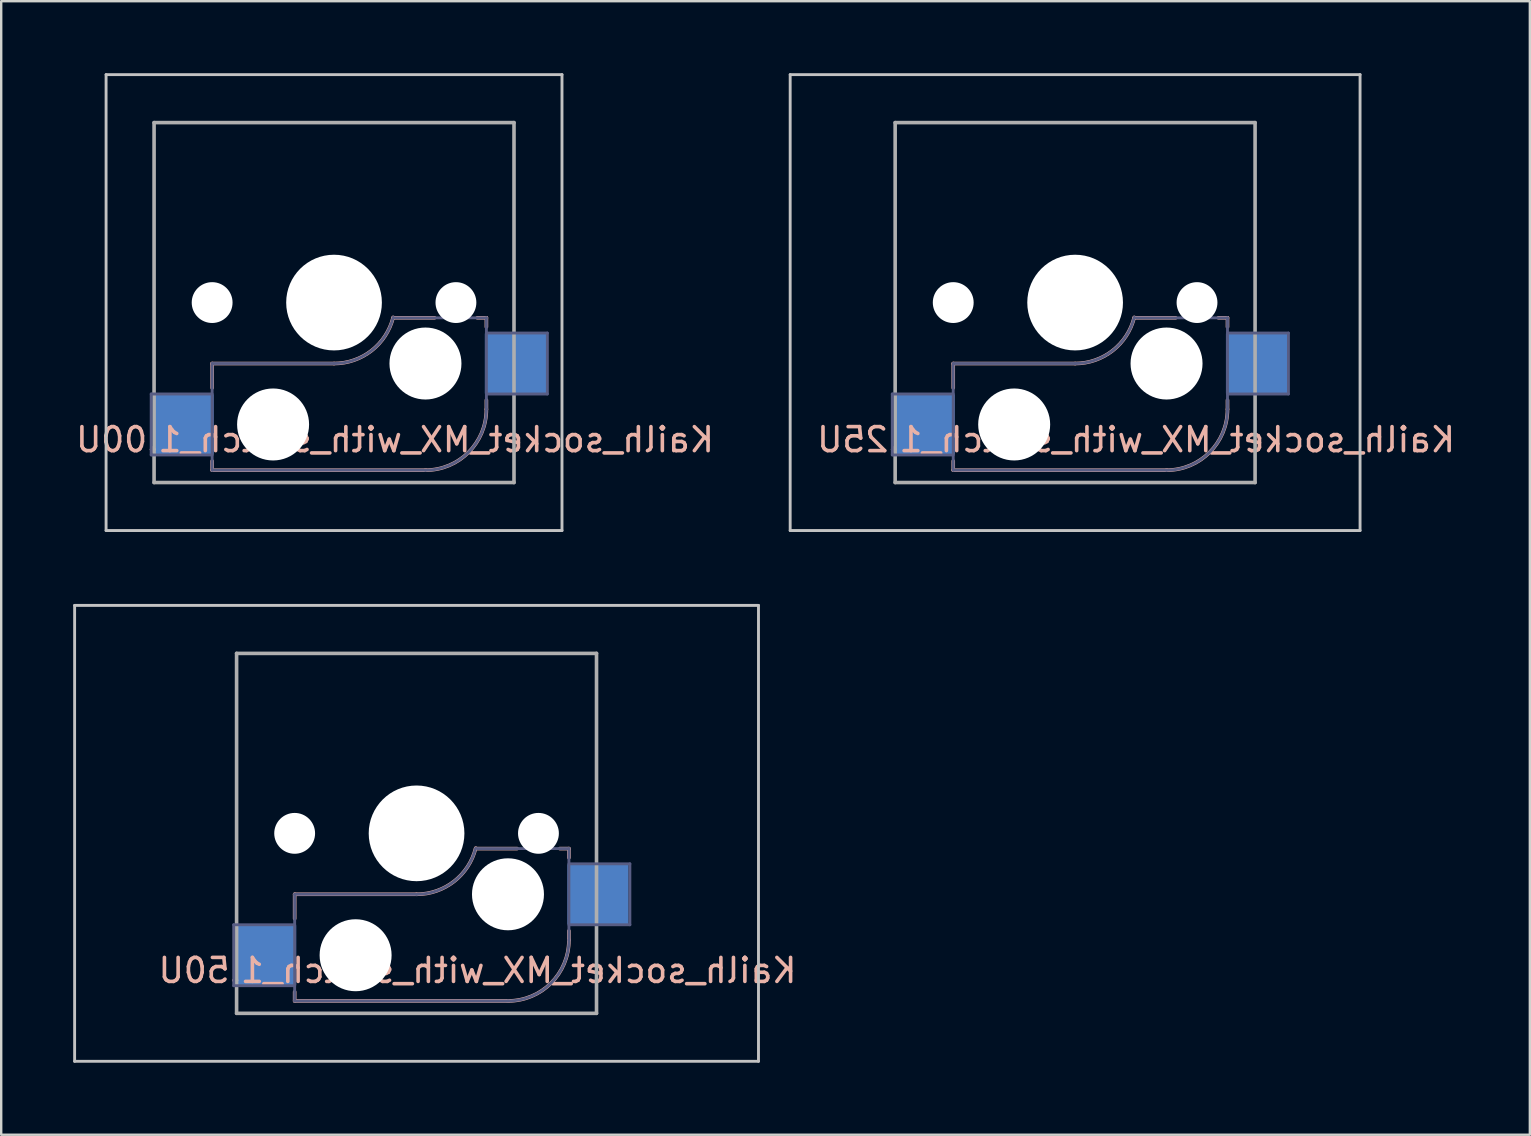
<source format=kicad_pcb>
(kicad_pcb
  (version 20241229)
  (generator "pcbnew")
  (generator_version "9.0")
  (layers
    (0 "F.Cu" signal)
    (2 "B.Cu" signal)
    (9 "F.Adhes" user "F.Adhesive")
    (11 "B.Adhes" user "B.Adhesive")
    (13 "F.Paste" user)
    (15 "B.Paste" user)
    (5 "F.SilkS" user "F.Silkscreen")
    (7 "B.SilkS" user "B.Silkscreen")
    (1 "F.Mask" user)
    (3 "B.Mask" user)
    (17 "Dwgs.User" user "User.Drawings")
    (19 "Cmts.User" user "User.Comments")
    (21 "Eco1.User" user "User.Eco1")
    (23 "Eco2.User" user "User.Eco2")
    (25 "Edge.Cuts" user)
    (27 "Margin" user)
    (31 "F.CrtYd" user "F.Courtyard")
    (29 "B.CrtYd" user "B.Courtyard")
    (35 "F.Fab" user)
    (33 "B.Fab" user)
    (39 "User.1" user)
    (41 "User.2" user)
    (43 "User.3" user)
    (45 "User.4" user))
  (footprint "Kailh_socket_MX_with_switch_1.50U"
    (layer "F.Cu")
    (at 14.31 31.68)
    (property "Reference" "Kailh_socket_MX_with_switch_1.50U" (at 2.54 5.715 180) (layer "B.SilkS") (effects (font (size 1 1) (thickness 0.15)) (justify mirror)))
    (attr smd)
    (fp_line (start -5.08 2.54) (end 0 2.54) (stroke (width 0.15) (type solid)) (layer "B.SilkS"))
    (fp_line (start -5.08 3.556) (end -5.08 2.54) (stroke (width 0.15) (type solid)) (layer "B.SilkS"))
    (fp_line (start -5.08 6.985) (end -5.08 6.604) (stroke (width 0.15) (type solid)) (layer "B.SilkS"))
    (fp_line (start 2.464 0.635) (end 4.191 0.635) (stroke (width 0.15) (type solid)) (layer "B.SilkS"))
    (fp_line (start 3.81 6.985) (end -5.08 6.985) (stroke (width 0.15) (type solid)) (layer "B.SilkS"))
    (fp_line (start 5.969 0.635) (end 6.35 0.635) (stroke (width 0.15) (type solid)) (layer "B.SilkS"))
    (fp_line (start 6.35 1.016) (end 6.35 0.635) (stroke (width 0.15) (type solid)) (layer "B.SilkS"))
    (fp_line (start 6.35 4.445) (end 6.35 4.064) (stroke (width 0.15) (type solid)) (layer "B.SilkS"))
    (fp_arc (start 2.464162 0.61604) (mid 1.563147 2.002042) (end 0 2.54) (stroke (width 0.15) (type solid)) (layer "B.SilkS"))
    (fp_arc (start 6.35 4.445) (mid 5.606051 6.241051) (end 3.81 6.985) (stroke (width 0.15) (type solid)) (layer "B.SilkS"))
    (fp_line (start -14.25 -9.5) (end -14.25 9.5) (stroke (width 0.12) (type solid)) (layer "Dwgs.User"))
    (fp_line (start -14.25 -9.5) (end 14.25 -9.5) (stroke (width 0.12) (type solid)) (layer "Dwgs.User"))
    (fp_line (start -14.25 9.5) (end 14.25 9.5) (stroke (width 0.12) (type solid)) (layer "Dwgs.User"))
    (fp_line (start 14.25 -9.5) (end 14.25 9.5) (stroke (width 0.12) (type solid)) (layer "Dwgs.User"))
    (fp_line (start -6.9 6.9) (end -6.9 -6.9) (stroke (width 0.15) (type solid)) (layer "Eco2.User"))
    (fp_line (start -6.9 6.9) (end 6.9 6.9) (stroke (width 0.15) (type solid)) (layer "Eco2.User"))
    (fp_line (start 6.9 -6.9) (end -6.9 -6.9) (stroke (width 0.15) (type solid)) (layer "Eco2.User"))
    (fp_line (start 6.9 -6.9) (end 6.9 6.9) (stroke (width 0.15) (type solid)) (layer "Eco2.User"))
    (fp_line (start -7.62 3.81) (end -5.08 3.81) (stroke (width 0.12) (type solid)) (layer "B.Fab"))
    (fp_line (start -7.62 6.35) (end -7.62 3.81) (stroke (width 0.12) (type solid)) (layer "B.Fab"))
    (fp_line (start -5.08 2.54) (end 0 2.54) (stroke (width 0.12) (type solid)) (layer "B.Fab"))
    (fp_line (start -5.08 6.35) (end -7.62 6.35) (stroke (width 0.12) (type solid)) (layer "B.Fab"))
    (fp_line (start -5.08 6.985) (end -5.08 2.54) (stroke (width 0.12) (type solid)) (layer "B.Fab"))
    (fp_line (start 3.81 6.985) (end -5.08 6.985) (stroke (width 0.12) (type solid)) (layer "B.Fab"))
    (fp_line (start 6.35 0.635) (end 2.54 0.635) (stroke (width 0.12) (type solid)) (layer "B.Fab"))
    (fp_line (start 6.35 0.635) (end 6.35 4.445) (stroke (width 0.12) (type solid)) (layer "B.Fab"))
    (fp_line (start 6.35 1.27) (end 8.89 1.27) (stroke (width 0.12) (type solid)) (layer "B.Fab"))
    (fp_line (start 8.89 1.27) (end 8.89 3.81) (stroke (width 0.12) (type solid)) (layer "B.Fab"))
    (fp_line (start 8.89 3.81) (end 6.35 3.81) (stroke (width 0.12) (type solid)) (layer "B.Fab"))
    (fp_arc (start 2.464162 0.61604) (mid 1.563147 2.002042) (end 0 2.54) (stroke (width 0.12) (type solid)) (layer "B.Fab"))
    (fp_arc (start 6.35 4.445) (mid 5.606051 6.241051) (end 3.81 6.985) (stroke (width 0.12) (type solid)) (layer "B.Fab"))
    (fp_line (start -7.5 -7.5) (end 7.5 -7.5) (stroke (width 0.15) (type solid)) (layer "F.Fab"))
    (fp_line (start -7.5 7.5) (end -7.5 -7.5) (stroke (width 0.15) (type solid)) (layer "F.Fab"))
    (fp_line (start 7.5 -7.5) (end 7.5 7.5) (stroke (width 0.15) (type solid)) (layer "F.Fab"))
    (fp_line (start 7.5 7.5) (end -7.5 7.5) (stroke (width 0.15) (type solid)) (layer "F.Fab"))
    (pad "" np_thru_hole circle (at -5.08 0 180) (size 1.702 1.702) (drill 1.702) (layers "*.Cu" "*.Mask"))
    (pad "" np_thru_hole circle (at -2.54 5.08 180) (size 3 3) (drill 3) (layers "*.Cu" "*.Mask"))
    (pad "" np_thru_hole circle (at 0 0 180) (size 3.988 3.988) (drill 3.988) (layers "*.Cu" "*.Mask"))
    (pad "" np_thru_hole circle (at 3.81 2.54 180) (size 3 3) (drill 3) (layers "*.Cu" "*.Mask"))
    (pad "" np_thru_hole circle (at 5.08 0 180) (size 1.702 1.702) (drill 1.702) (layers "*.Cu" "*.Mask"))
    (pad "1" smd rect (at -6.29 5.08 180) (size 2.55 2.5) (layers "B.Cu" "B.Mask" "B.Paste"))
    (pad "2" smd rect (at 7.56 2.54 180) (size 2.55 2.5) (layers "B.Cu" "B.Mask" "B.Paste")))
  (footprint "Kailh_socket_MX_with_switch_1.00U"
    (layer "F.Cu")
    (at 10.871 9.56)
    (property "Reference" "Kailh_socket_MX_with_switch_1.00U" (at 2.54 5.715 180) (layer "B.SilkS") (effects (font (size 1 1) (thickness 0.15)) (justify mirror)))
    (attr smd)
    (fp_line (start -5.08 2.54) (end 0 2.54) (stroke (width 0.15) (type solid)) (layer "B.SilkS"))
    (fp_line (start -5.08 3.556) (end -5.08 2.54) (stroke (width 0.15) (type solid)) (layer "B.SilkS"))
    (fp_line (start -5.08 6.985) (end -5.08 6.604) (stroke (width 0.15) (type solid)) (layer "B.SilkS"))
    (fp_line (start 2.464 0.635) (end 4.191 0.635) (stroke (width 0.15) (type solid)) (layer "B.SilkS"))
    (fp_line (start 3.81 6.985) (end -5.08 6.985) (stroke (width 0.15) (type solid)) (layer "B.SilkS"))
    (fp_line (start 5.969 0.635) (end 6.35 0.635) (stroke (width 0.15) (type solid)) (layer "B.SilkS"))
    (fp_line (start 6.35 1.016) (end 6.35 0.635) (stroke (width 0.15) (type solid)) (layer "B.SilkS"))
    (fp_line (start 6.35 4.445) (end 6.35 4.064) (stroke (width 0.15) (type solid)) (layer "B.SilkS"))
    (fp_arc (start 2.464162 0.61604) (mid 1.563147 2.002042) (end 0 2.54) (stroke (width 0.15) (type solid)) (layer "B.SilkS"))
    (fp_arc (start 6.35 4.445) (mid 5.606051 6.241051) (end 3.81 6.985) (stroke (width 0.15) (type solid)) (layer "B.SilkS"))
    (fp_line (start -9.5 -9.5) (end -9.5 9.5) (stroke (width 0.12) (type solid)) (layer "Dwgs.User"))
    (fp_line (start -9.5 -9.5) (end 9.5 -9.5) (stroke (width 0.12) (type solid)) (layer "Dwgs.User"))
    (fp_line (start -9.5 9.5) (end 9.5 9.5) (stroke (width 0.12) (type solid)) (layer "Dwgs.User"))
    (fp_line (start 9.5 -9.5) (end 9.5 9.5) (stroke (width 0.12) (type solid)) (layer "Dwgs.User"))
    (fp_line (start -6.9 6.9) (end -6.9 -6.9) (stroke (width 0.15) (type solid)) (layer "Eco2.User"))
    (fp_line (start -6.9 6.9) (end 6.9 6.9) (stroke (width 0.15) (type solid)) (layer "Eco2.User"))
    (fp_line (start 6.9 -6.9) (end -6.9 -6.9) (stroke (width 0.15) (type solid)) (layer "Eco2.User"))
    (fp_line (start 6.9 -6.9) (end 6.9 6.9) (stroke (width 0.15) (type solid)) (layer "Eco2.User"))
    (fp_line (start -7.62 3.81) (end -5.08 3.81) (stroke (width 0.12) (type solid)) (layer "B.Fab"))
    (fp_line (start -7.62 6.35) (end -7.62 3.81) (stroke (width 0.12) (type solid)) (layer "B.Fab"))
    (fp_line (start -5.08 2.54) (end 0 2.54) (stroke (width 0.12) (type solid)) (layer "B.Fab"))
    (fp_line (start -5.08 6.35) (end -7.62 6.35) (stroke (width 0.12) (type solid)) (layer "B.Fab"))
    (fp_line (start -5.08 6.985) (end -5.08 2.54) (stroke (width 0.12) (type solid)) (layer "B.Fab"))
    (fp_line (start 3.81 6.985) (end -5.08 6.985) (stroke (width 0.12) (type solid)) (layer "B.Fab"))
    (fp_line (start 6.35 0.635) (end 2.54 0.635) (stroke (width 0.12) (type solid)) (layer "B.Fab"))
    (fp_line (start 6.35 0.635) (end 6.35 4.445) (stroke (width 0.12) (type solid)) (layer "B.Fab"))
    (fp_line (start 6.35 1.27) (end 8.89 1.27) (stroke (width 0.12) (type solid)) (layer "B.Fab"))
    (fp_line (start 8.89 1.27) (end 8.89 3.81) (stroke (width 0.12) (type solid)) (layer "B.Fab"))
    (fp_line (start 8.89 3.81) (end 6.35 3.81) (stroke (width 0.12) (type solid)) (layer "B.Fab"))
    (fp_arc (start 2.464162 0.61604) (mid 1.563147 2.002042) (end 0 2.54) (stroke (width 0.12) (type solid)) (layer "B.Fab"))
    (fp_arc (start 6.35 4.445) (mid 5.606051 6.241051) (end 3.81 6.985) (stroke (width 0.12) (type solid)) (layer "B.Fab"))
    (fp_line (start -7.5 -7.5) (end 7.5 -7.5) (stroke (width 0.15) (type solid)) (layer "F.Fab"))
    (fp_line (start -7.5 7.5) (end -7.5 -7.5) (stroke (width 0.15) (type solid)) (layer "F.Fab"))
    (fp_line (start 7.5 -7.5) (end 7.5 7.5) (stroke (width 0.15) (type solid)) (layer "F.Fab"))
    (fp_line (start 7.5 7.5) (end -7.5 7.5) (stroke (width 0.15) (type solid)) (layer "F.Fab"))
    (pad "" np_thru_hole circle (at -5.08 0 180) (size 1.702 1.702) (drill 1.702) (layers "*.Cu" "*.Mask"))
    (pad "" np_thru_hole circle (at -2.54 5.08 180) (size 3 3) (drill 3) (layers "*.Cu" "*.Mask"))
    (pad "" np_thru_hole circle (at 0 0 180) (size 3.988 3.988) (drill 3.988) (layers "*.Cu" "*.Mask"))
    (pad "" np_thru_hole circle (at 3.81 2.54 180) (size 3 3) (drill 3) (layers "*.Cu" "*.Mask"))
    (pad "" np_thru_hole circle (at 5.08 0 180) (size 1.702 1.702) (drill 1.702) (layers "*.Cu" "*.Mask"))
    (pad "1" smd rect (at -6.29 5.08 180) (size 2.55 2.5) (layers "B.Cu" "B.Mask" "B.Paste"))
    (pad "2" smd rect (at 7.56 2.54 180) (size 2.55 2.5) (layers "B.Cu" "B.Mask" "B.Paste")))
  (footprint "Kailh_socket_MX_with_switch_1.25U"
    (layer "F.Cu")
    (at 41.756 9.56)
    (property "Reference" "Kailh_socket_MX_with_switch_1.25U" (at 2.54 5.715 180) (layer "B.SilkS") (effects (font (size 1 1) (thickness 0.15)) (justify mirror)))
    (attr smd)
    (fp_line (start -5.08 2.54) (end 0 2.54) (stroke (width 0.15) (type solid)) (layer "B.SilkS"))
    (fp_line (start -5.08 3.556) (end -5.08 2.54) (stroke (width 0.15) (type solid)) (layer "B.SilkS"))
    (fp_line (start -5.08 6.985) (end -5.08 6.604) (stroke (width 0.15) (type solid)) (layer "B.SilkS"))
    (fp_line (start 2.464 0.635) (end 4.191 0.635) (stroke (width 0.15) (type solid)) (layer "B.SilkS"))
    (fp_line (start 3.81 6.985) (end -5.08 6.985) (stroke (width 0.15) (type solid)) (layer "B.SilkS"))
    (fp_line (start 5.969 0.635) (end 6.35 0.635) (stroke (width 0.15) (type solid)) (layer "B.SilkS"))
    (fp_line (start 6.35 1.016) (end 6.35 0.635) (stroke (width 0.15) (type solid)) (layer "B.SilkS"))
    (fp_line (start 6.35 4.445) (end 6.35 4.064) (stroke (width 0.15) (type solid)) (layer "B.SilkS"))
    (fp_arc (start 2.464162 0.61604) (mid 1.563147 2.002042) (end 0 2.54) (stroke (width 0.15) (type solid)) (layer "B.SilkS"))
    (fp_arc (start 6.35 4.445) (mid 5.606051 6.241051) (end 3.81 6.985) (stroke (width 0.15) (type solid)) (layer "B.SilkS"))
    (fp_line (start -11.875 -9.5) (end -11.875 9.5) (stroke (width 0.12) (type solid)) (layer "Dwgs.User"))
    (fp_line (start -11.875 -9.5) (end 11.875 -9.5) (stroke (width 0.12) (type solid)) (layer "Dwgs.User"))
    (fp_line (start -11.875 9.5) (end 11.875 9.5) (stroke (width 0.12) (type solid)) (layer "Dwgs.User"))
    (fp_line (start 11.875 -9.5) (end 11.875 9.5) (stroke (width 0.12) (type solid)) (layer "Dwgs.User"))
    (fp_line (start -6.9 6.9) (end -6.9 -6.9) (stroke (width 0.15) (type solid)) (layer "Eco2.User"))
    (fp_line (start -6.9 6.9) (end 6.9 6.9) (stroke (width 0.15) (type solid)) (layer "Eco2.User"))
    (fp_line (start 6.9 -6.9) (end -6.9 -6.9) (stroke (width 0.15) (type solid)) (layer "Eco2.User"))
    (fp_line (start 6.9 -6.9) (end 6.9 6.9) (stroke (width 0.15) (type solid)) (layer "Eco2.User"))
    (fp_line (start -7.62 3.81) (end -5.08 3.81) (stroke (width 0.12) (type solid)) (layer "B.Fab"))
    (fp_line (start -7.62 6.35) (end -7.62 3.81) (stroke (width 0.12) (type solid)) (layer "B.Fab"))
    (fp_line (start -5.08 2.54) (end 0 2.54) (stroke (width 0.12) (type solid)) (layer "B.Fab"))
    (fp_line (start -5.08 6.35) (end -7.62 6.35) (stroke (width 0.12) (type solid)) (layer "B.Fab"))
    (fp_line (start -5.08 6.985) (end -5.08 2.54) (stroke (width 0.12) (type solid)) (layer "B.Fab"))
    (fp_line (start 3.81 6.985) (end -5.08 6.985) (stroke (width 0.12) (type solid)) (layer "B.Fab"))
    (fp_line (start 6.35 0.635) (end 2.54 0.635) (stroke (width 0.12) (type solid)) (layer "B.Fab"))
    (fp_line (start 6.35 0.635) (end 6.35 4.445) (stroke (width 0.12) (type solid)) (layer "B.Fab"))
    (fp_line (start 6.35 1.27) (end 8.89 1.27) (stroke (width 0.12) (type solid)) (layer "B.Fab"))
    (fp_line (start 8.89 1.27) (end 8.89 3.81) (stroke (width 0.12) (type solid)) (layer "B.Fab"))
    (fp_line (start 8.89 3.81) (end 6.35 3.81) (stroke (width 0.12) (type solid)) (layer "B.Fab"))
    (fp_arc (start 2.464162 0.61604) (mid 1.563147 2.002042) (end 0 2.54) (stroke (width 0.12) (type solid)) (layer "B.Fab"))
    (fp_arc (start 6.35 4.445) (mid 5.606051 6.241051) (end 3.81 6.985) (stroke (width 0.12) (type solid)) (layer "B.Fab"))
    (fp_line (start -7.5 -7.5) (end 7.5 -7.5) (stroke (width 0.15) (type solid)) (layer "F.Fab"))
    (fp_line (start -7.5 7.5) (end -7.5 -7.5) (stroke (width 0.15) (type solid)) (layer "F.Fab"))
    (fp_line (start 7.5 -7.5) (end 7.5 7.5) (stroke (width 0.15) (type solid)) (layer "F.Fab"))
    (fp_line (start 7.5 7.5) (end -7.5 7.5) (stroke (width 0.15) (type solid)) (layer "F.Fab"))
    (pad "" np_thru_hole circle (at -5.08 0 180) (size 1.702 1.702) (drill 1.702) (layers "*.Cu" "*.Mask"))
    (pad "" np_thru_hole circle (at -2.54 5.08 180) (size 3 3) (drill 3) (layers "*.Cu" "*.Mask"))
    (pad "" np_thru_hole circle (at 0 0 180) (size 3.988 3.988) (drill 3.988) (layers "*.Cu" "*.Mask"))
    (pad "" np_thru_hole circle (at 3.81 2.54 180) (size 3 3) (drill 3) (layers "*.Cu" "*.Mask"))
    (pad "" np_thru_hole circle (at 5.08 0 180) (size 1.702 1.702) (drill 1.702) (layers "*.Cu" "*.Mask"))
    (pad "1" smd rect (at -6.29 5.08 180) (size 2.55 2.5) (layers "B.Cu" "B.Mask" "B.Paste"))
    (pad "2" smd rect (at 7.56 2.54 180) (size 2.55 2.5) (layers "B.Cu" "B.Mask" "B.Paste")))
  (gr_rect
    (start -3 -3)
    (end 60.707 44.24)
    (stroke (width 0.1) (type default))
    (fill no)
    (layer "Edge.Cuts")))
</source>
